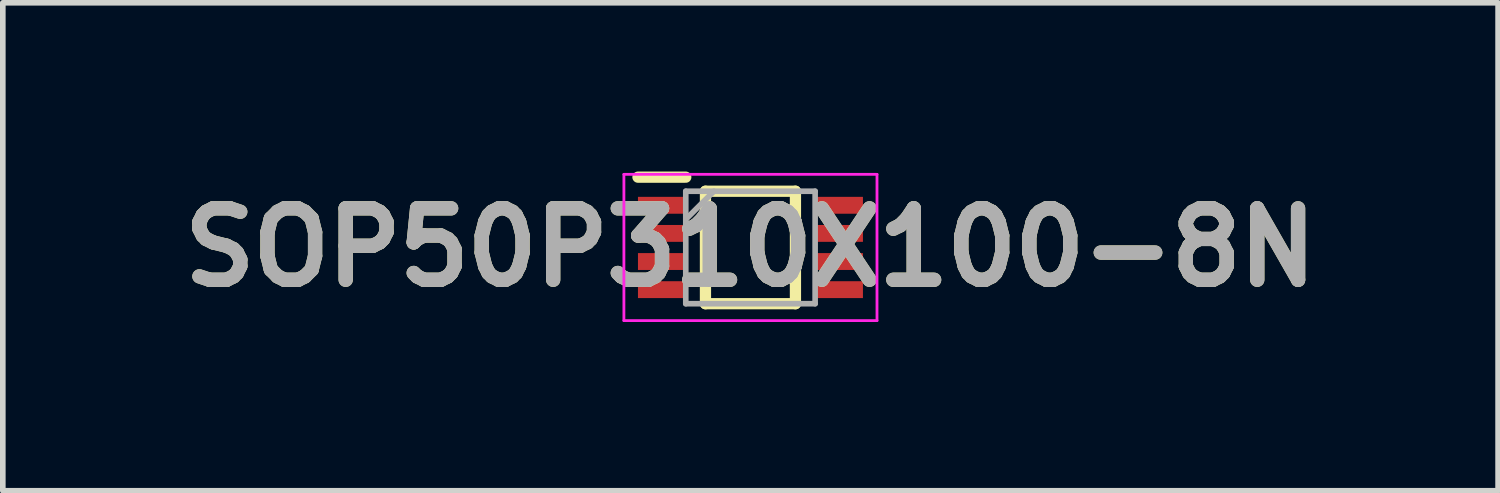
<source format=kicad_pcb>
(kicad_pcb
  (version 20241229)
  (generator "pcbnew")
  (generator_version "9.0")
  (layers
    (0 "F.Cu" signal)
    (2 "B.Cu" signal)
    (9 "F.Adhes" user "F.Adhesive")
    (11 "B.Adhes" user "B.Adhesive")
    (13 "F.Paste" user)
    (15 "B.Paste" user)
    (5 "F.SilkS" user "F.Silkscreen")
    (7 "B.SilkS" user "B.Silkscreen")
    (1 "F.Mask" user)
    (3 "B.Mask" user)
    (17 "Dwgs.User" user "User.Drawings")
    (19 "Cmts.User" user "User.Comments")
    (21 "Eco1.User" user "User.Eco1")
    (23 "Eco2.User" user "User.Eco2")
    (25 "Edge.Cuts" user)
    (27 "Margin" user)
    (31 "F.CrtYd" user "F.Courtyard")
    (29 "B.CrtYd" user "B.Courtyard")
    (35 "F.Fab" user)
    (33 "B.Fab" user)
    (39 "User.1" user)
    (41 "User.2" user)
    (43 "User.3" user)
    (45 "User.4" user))
  (footprint "SOP50P310X100-8N"
    (layer "F.Cu")
    (at 10.293 1.35)
    (property "Reference" "SOP50P310X100-8N" (at 0 0 0) (layer "F.SilkS") (effects (font (size 1.27 1.27) (thickness 0.254))))
    (attr smd)
    (fp_line (start -2 -1.25) (end -1.15 -1.25) (stroke (width 0.2) (type solid)) (layer "F.SilkS"))
    (fp_line (start -0.8 -1) (end 0.8 -1) (stroke (width 0.2) (type solid)) (layer "F.SilkS"))
    (fp_line (start -0.8 1) (end -0.8 -1) (stroke (width 0.2) (type solid)) (layer "F.SilkS"))
    (fp_line (start 0.8 -1) (end 0.8 1) (stroke (width 0.2) (type solid)) (layer "F.SilkS"))
    (fp_line (start 0.8 1) (end -0.8 1) (stroke (width 0.2) (type solid)) (layer "F.SilkS"))
    (fp_line (start -2.25 -1.3) (end 2.25 -1.3) (stroke (width 0.05) (type solid)) (layer "F.CrtYd"))
    (fp_line (start -2.25 1.3) (end -2.25 -1.3) (stroke (width 0.05) (type solid)) (layer "F.CrtYd"))
    (fp_line (start 2.25 -1.3) (end 2.25 1.3) (stroke (width 0.05) (type solid)) (layer "F.CrtYd"))
    (fp_line (start 2.25 1.3) (end -2.25 1.3) (stroke (width 0.05) (type solid)) (layer "F.CrtYd"))
    (fp_line (start -1.15 -1) (end 1.15 -1) (stroke (width 0.1) (type solid)) (layer "F.Fab"))
    (fp_line (start -1.15 -0.5) (end -0.65 -1) (stroke (width 0.1) (type solid)) (layer "F.Fab"))
    (fp_line (start -1.15 1) (end -1.15 -1) (stroke (width 0.1) (type solid)) (layer "F.Fab"))
    (fp_line (start 1.15 -1) (end 1.15 1) (stroke (width 0.1) (type solid)) (layer "F.Fab"))
    (fp_line (start 1.15 1) (end -1.15 1) (stroke (width 0.1) (type solid)) (layer "F.Fab"))
    (fp_text user "${REFERENCE}" (at 0 0 0) (layer "F.Fab") (effects (font (size 1.27 1.27) (thickness 0.254))))
    (pad "1" smd rect (at -1.575 -0.75 90) (size 0.3 0.85) (layers "F.Cu" "F.Mask" "F.Paste"))
    (pad "2" smd rect (at -1.575 -0.25 90) (size 0.3 0.85) (layers "F.Cu" "F.Mask" "F.Paste"))
    (pad "3" smd rect (at -1.575 0.25 90) (size 0.3 0.85) (layers "F.Cu" "F.Mask" "F.Paste"))
    (pad "4" smd rect (at -1.575 0.75 90) (size 0.3 0.85) (layers "F.Cu" "F.Mask" "F.Paste"))
    (pad "5" smd rect (at 1.575 0.75 90) (size 0.3 0.85) (layers "F.Cu" "F.Mask" "F.Paste"))
    (pad "6" smd rect (at 1.575 0.25 90) (size 0.3 0.85) (layers "F.Cu" "F.Mask" "F.Paste"))
    (pad "7" smd rect (at 1.575 -0.25 90) (size 0.3 0.85) (layers "F.Cu" "F.Mask" "F.Paste"))
    (pad "8" smd rect (at 1.575 -0.75 90) (size 0.3 0.85) (layers "F.Cu" "F.Mask" "F.Paste")))
  (gr_rect
    (start -3 -3)
    (end 23.586 5.675)
    (stroke (width 0.1) (type default))
    (fill no)
    (layer "Edge.Cuts")))
</source>
